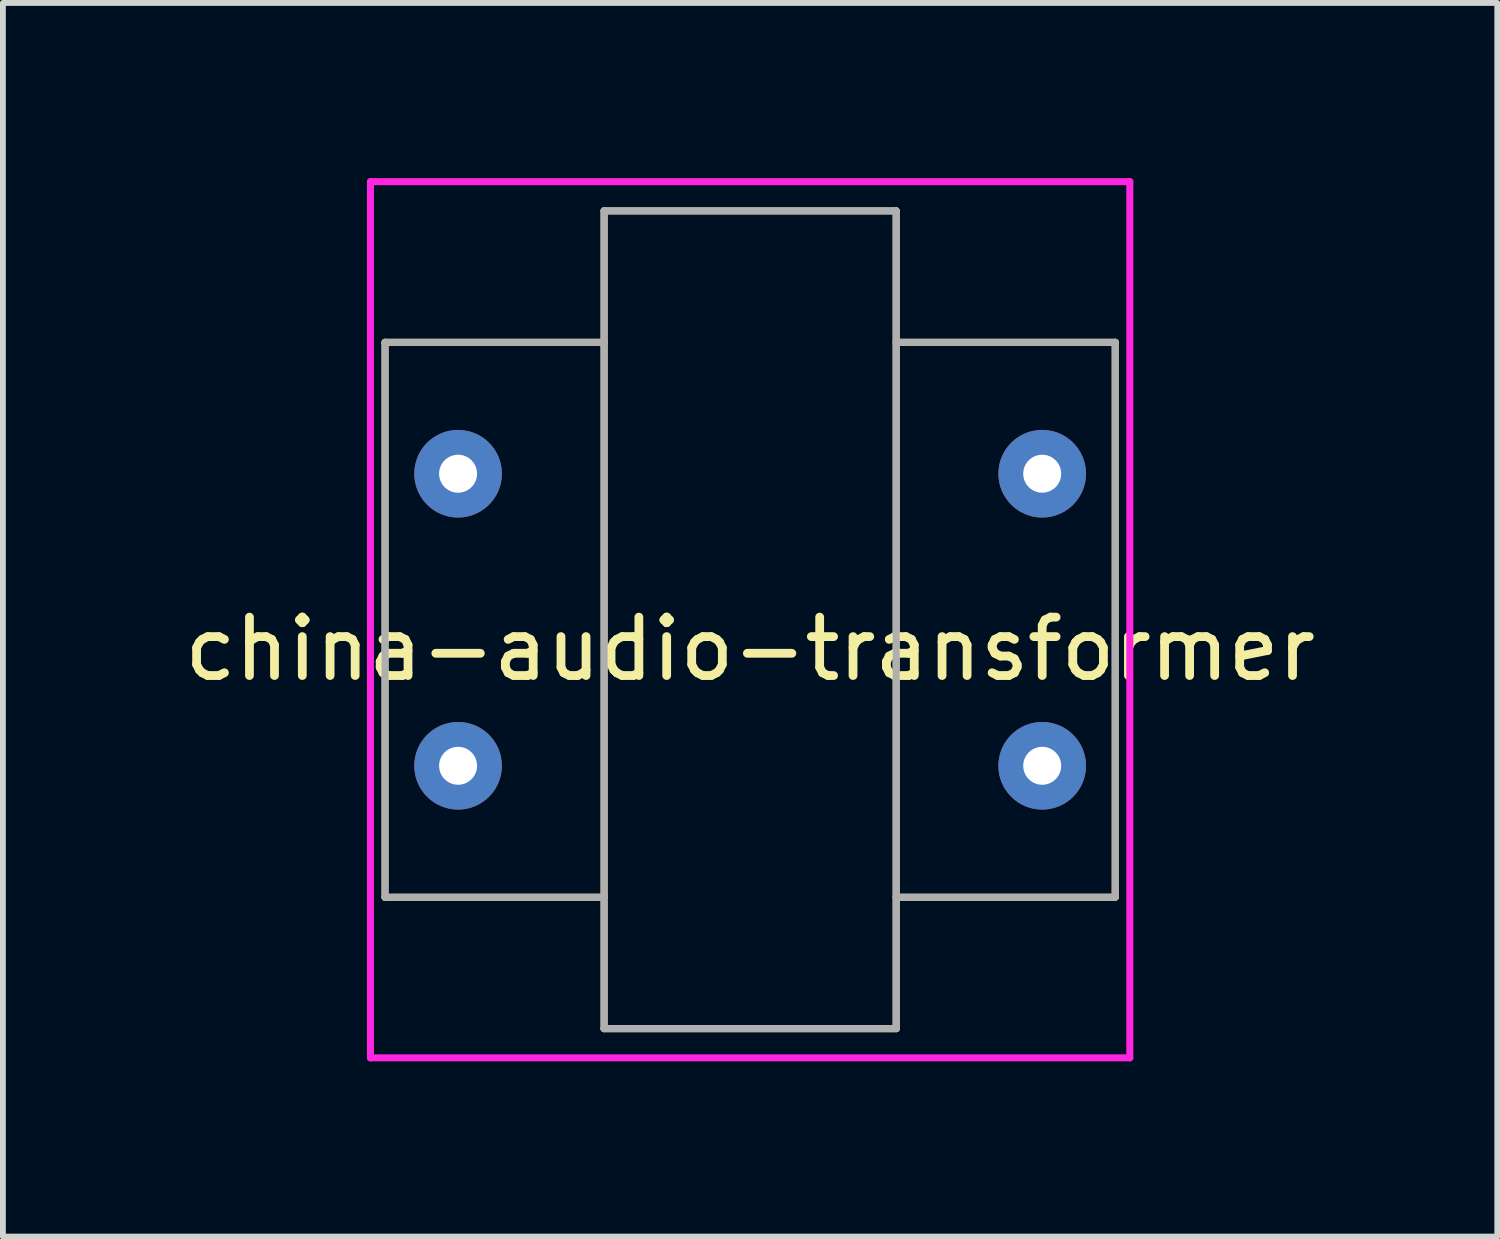
<source format=kicad_pcb>
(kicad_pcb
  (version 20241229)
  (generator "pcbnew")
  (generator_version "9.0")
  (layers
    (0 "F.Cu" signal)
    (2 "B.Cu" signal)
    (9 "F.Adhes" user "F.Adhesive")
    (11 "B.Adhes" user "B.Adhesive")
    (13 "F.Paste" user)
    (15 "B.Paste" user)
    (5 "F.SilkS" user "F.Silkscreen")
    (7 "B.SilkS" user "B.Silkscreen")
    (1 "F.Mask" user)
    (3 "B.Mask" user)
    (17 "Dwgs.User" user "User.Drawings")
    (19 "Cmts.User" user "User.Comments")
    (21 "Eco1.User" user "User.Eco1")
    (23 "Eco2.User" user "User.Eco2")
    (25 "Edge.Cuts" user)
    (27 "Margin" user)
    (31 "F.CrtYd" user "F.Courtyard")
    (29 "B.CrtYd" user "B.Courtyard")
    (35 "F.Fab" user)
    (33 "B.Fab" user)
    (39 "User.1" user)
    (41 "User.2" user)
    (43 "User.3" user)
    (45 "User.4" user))
  (footprint "china-audio-transformer"
    (layer "F.Cu")
    (at 9.792 7.56)
    (property "Reference" "china-audio-transformer" (at 0 0.5 0) (layer "F.SilkS") (effects (font (size 1 1) (thickness 0.15))))
    (attr through_hole)
    (fp_line (start -6.25 -4.75) (end -6.25 4.75) (stroke (width 0.12) (type solid)) (layer "F.SilkS"))
    (fp_line (start -6.25 4.75) (end -2.5 4.75) (stroke (width 0.12) (type solid)) (layer "F.SilkS"))
    (fp_line (start -2.5 -7) (end 2.5 -7) (stroke (width 0.12) (type solid)) (layer "F.SilkS"))
    (fp_line (start -2.5 -4.75) (end -6.25 -4.75) (stroke (width 0.12) (type solid)) (layer "F.SilkS"))
    (fp_line (start -2.5 7) (end -2.5 -7) (stroke (width 0.12) (type solid)) (layer "F.SilkS"))
    (fp_line (start 2.5 -7) (end 2.5 7) (stroke (width 0.12) (type solid)) (layer "F.SilkS"))
    (fp_line (start 2.5 4.75) (end 6.25 4.75) (stroke (width 0.12) (type solid)) (layer "F.SilkS"))
    (fp_line (start 2.5 7) (end -2.5 7) (stroke (width 0.12) (type solid)) (layer "F.SilkS"))
    (fp_line (start 6.25 -4.75) (end 2.5 -4.75) (stroke (width 0.12) (type solid)) (layer "F.SilkS"))
    (fp_line (start 6.25 4.75) (end 6.25 -4.75) (stroke (width 0.12) (type solid)) (layer "F.SilkS"))
    (fp_line (start -6.5 -7.5) (end 6.5 -7.5) (stroke (width 0.12) (type solid)) (layer "F.CrtYd"))
    (fp_line (start -6.5 7.5) (end -6.5 -7.5) (stroke (width 0.12) (type solid)) (layer "F.CrtYd"))
    (fp_line (start 6.5 -7.5) (end 6.5 7.5) (stroke (width 0.12) (type solid)) (layer "F.CrtYd"))
    (fp_line (start 6.5 7.5) (end -6.5 7.5) (stroke (width 0.12) (type solid)) (layer "F.CrtYd"))
    (fp_line (start -6.25 -4.75) (end -2.5 -4.75) (stroke (width 0.12) (type solid)) (layer "F.Fab"))
    (fp_line (start -6.25 4.75) (end -6.25 -4.75) (stroke (width 0.12) (type solid)) (layer "F.Fab"))
    (fp_line (start -2.5 -7) (end -2.5 7) (stroke (width 0.12) (type solid)) (layer "F.Fab"))
    (fp_line (start -2.5 4.75) (end -6.25 4.75) (stroke (width 0.12) (type solid)) (layer "F.Fab"))
    (fp_line (start -2.5 7) (end 2.5 7) (stroke (width 0.12) (type solid)) (layer "F.Fab"))
    (fp_line (start -2.5 7) (end 2.5 7) (stroke (width 0.12) (type solid)) (layer "F.Fab"))
    (fp_line (start 2.5 -7) (end -2.5 -7) (stroke (width 0.12) (type solid)) (layer "F.Fab"))
    (fp_line (start 2.5 -4.75) (end 6.25 -4.75) (stroke (width 0.12) (type solid)) (layer "F.Fab"))
    (fp_line (start 2.5 7) (end 2.5 -7) (stroke (width 0.12) (type solid)) (layer "F.Fab"))
    (fp_line (start 6.25 -4.75) (end 6.25 4.75) (stroke (width 0.12) (type solid)) (layer "F.Fab"))
    (fp_line (start 6.25 4.75) (end 2.5 4.75) (stroke (width 0.12) (type solid)) (layer "F.Fab"))
    (pad "1" thru_hole circle (at -5 -2.5) (size 1.5 1.5) (drill 0.65) (layers "*.Cu" "*.Mask"))
    (pad "2" thru_hole circle (at -5 2.5) (size 1.5 1.5) (drill 0.65) (layers "*.Cu" "*.Mask"))
    (pad "3" thru_hole circle (at 5 2.5) (size 1.5 1.5) (drill 0.65) (layers "*.Cu" "*.Mask"))
    (pad "4" thru_hole circle (at 5 -2.5) (size 1.5 1.5) (drill 0.65) (layers "*.Cu" "*.Mask")))
  (gr_rect
    (start -3 -3)
    (end 22.583 18.12)
    (stroke (width 0.1) (type default))
    (fill no)
    (layer "Edge.Cuts")))
</source>
